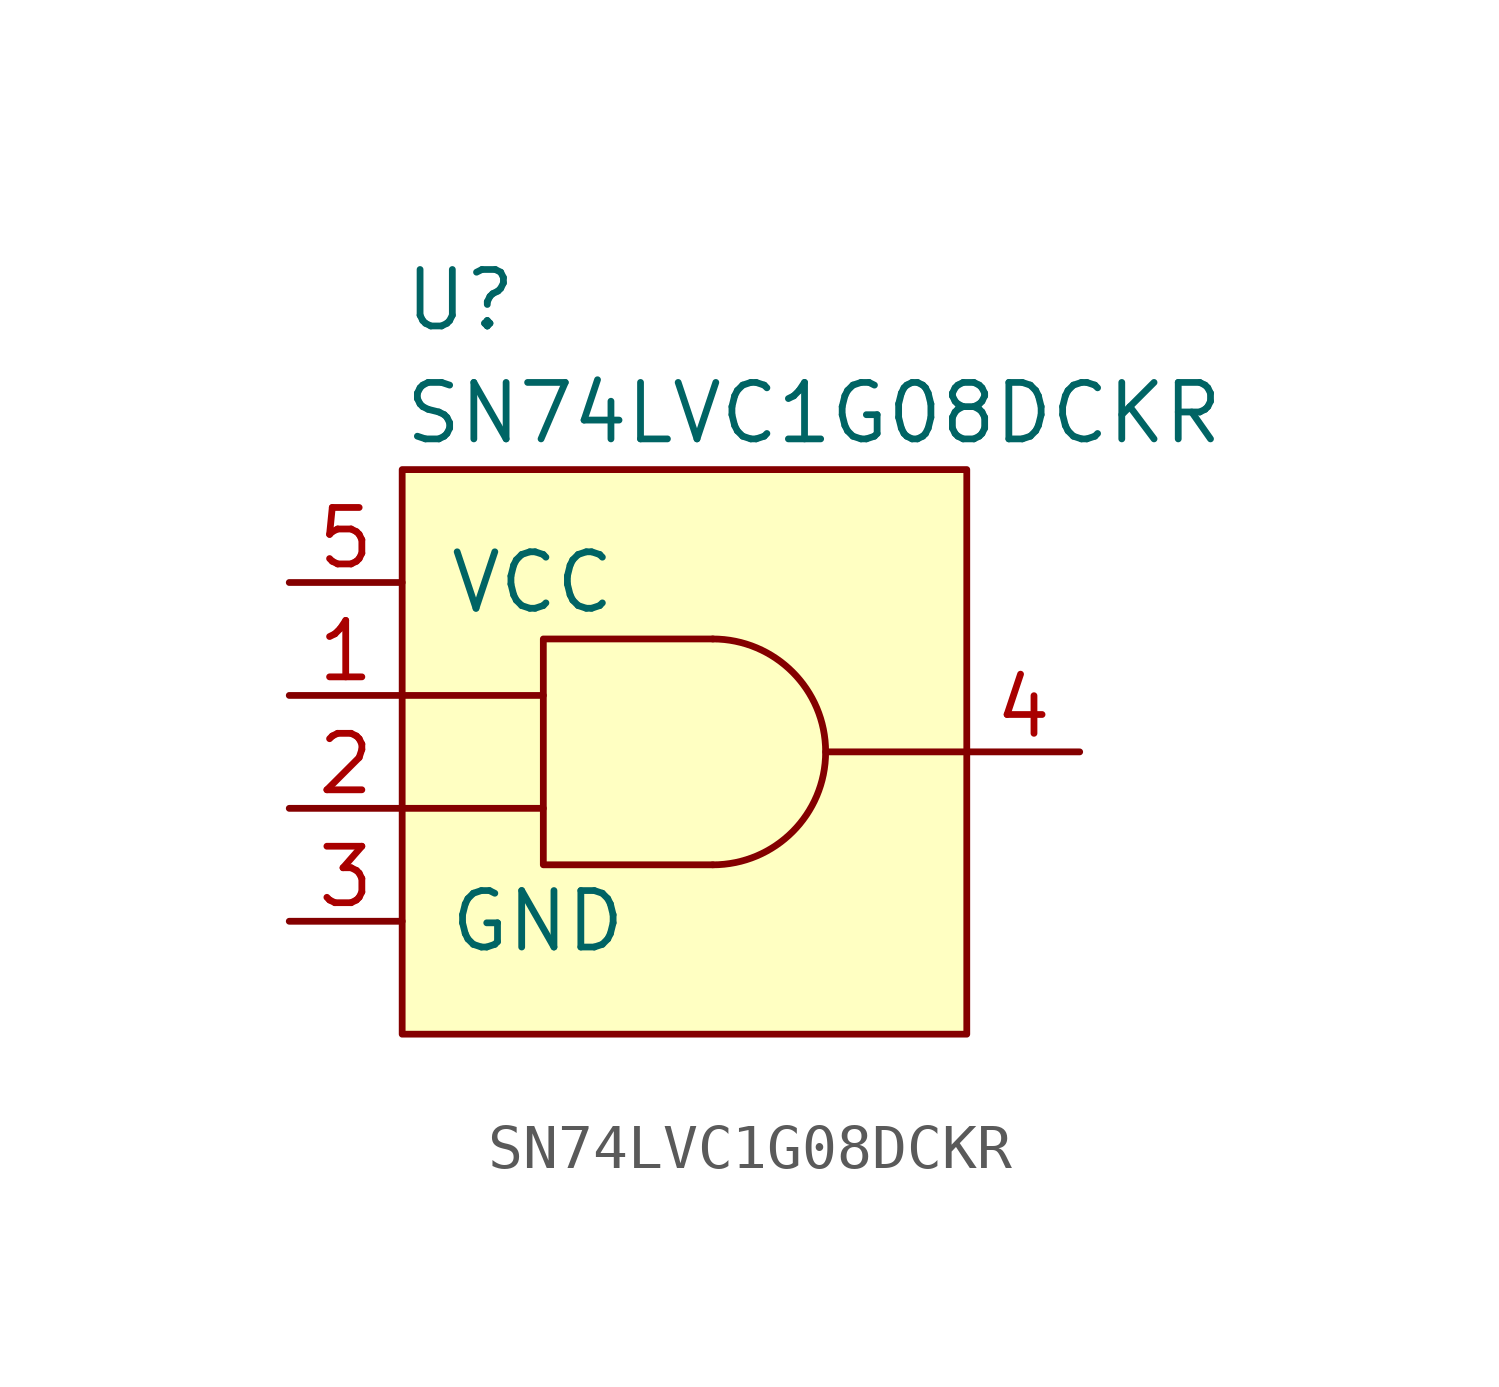
<source format=kicad_sym>
(kicad_symbol_lib
  (version 20211014)
  (generator kicad_symbol_editor)
  (symbol "SN74LVC1G08DCKR"
    (pin_names
      (offset 1.016))
    (property "Reference" "U"
      (at -6.35 8.89 0)
      (effects (font (size 1.27 1.27)) (justify left)))
    (property "Value" "SN74LVC1G08DCKR"
      (at -6.35 6.35 0)
      (effects (font (size 1.27 1.27)) (justify left)))
    (symbol "SN74LVC1G08DCKR_0_1"
      (polyline (pts (xy -6.35 -2.54) (xy -3.175 -2.54)) (stroke (width 0) (type default) (color 0 0 0 0)) (fill (type none)))
      (polyline (pts (xy -3.175 0) (xy -6.35 0)) (stroke (width 0) (type default) (color 0 0 0 0)) (fill (type none)))
      (polyline (pts (xy 3.175 -1.27) (xy 6.35 -1.27)) (stroke (width 0) (type default) (color 0 0 0 0)) (fill (type none)))
      (polyline (pts (xy 0.635 1.27) (xy -3.175 1.27) (xy -3.175 -3.81) (xy 0.635 -3.81)) (stroke (width 0) (type default) (color 0 0 0 0)) (fill (type none)))
      (arc (start 0.635 -3.81) (mid 3.175 -1.27) (end 0.635 1.27) (stroke (width 0) (type default) (color 0 0 0 0)) (fill (type none)))
      (rectangle (start 6.35 5.08) (end -6.35 -7.62) (stroke (width 0) (type default) (color 0 0 0 0)) (fill (type background))))
    (symbol "SN74LVC1G08DCKR_1_1"
      (pin input line (at -8.89 0 0) (length 2.54) (name "~" (effects (font (size 1.27 1.27)))) (number "1" (effects (font (size 1.27 1.27)))))
      (pin input line (at -8.89 -2.54 0) (length 2.54) (name "~" (effects (font (size 1.27 1.27)))) (number "2" (effects (font (size 1.27 1.27)))))
      (pin power_in line (at -8.89 -5.08 0) (length 2.54) (name "GND" (effects (font (size 1.27 1.27)))) (number "3" (effects (font (size 1.27 1.27)))))
      (pin output line (at 8.89 -1.27 180) (length 2.54) (name "~" (effects (font (size 1.27 1.27)))) (number "4" (effects (font (size 1.27 1.27)))))
      (pin power_in line (at -8.89 2.54 0) (length 2.54) (name "VCC" (effects (font (size 1.27 1.27)))) (number "5" (effects (font (size 1.27 1.27))))))))
</source>
